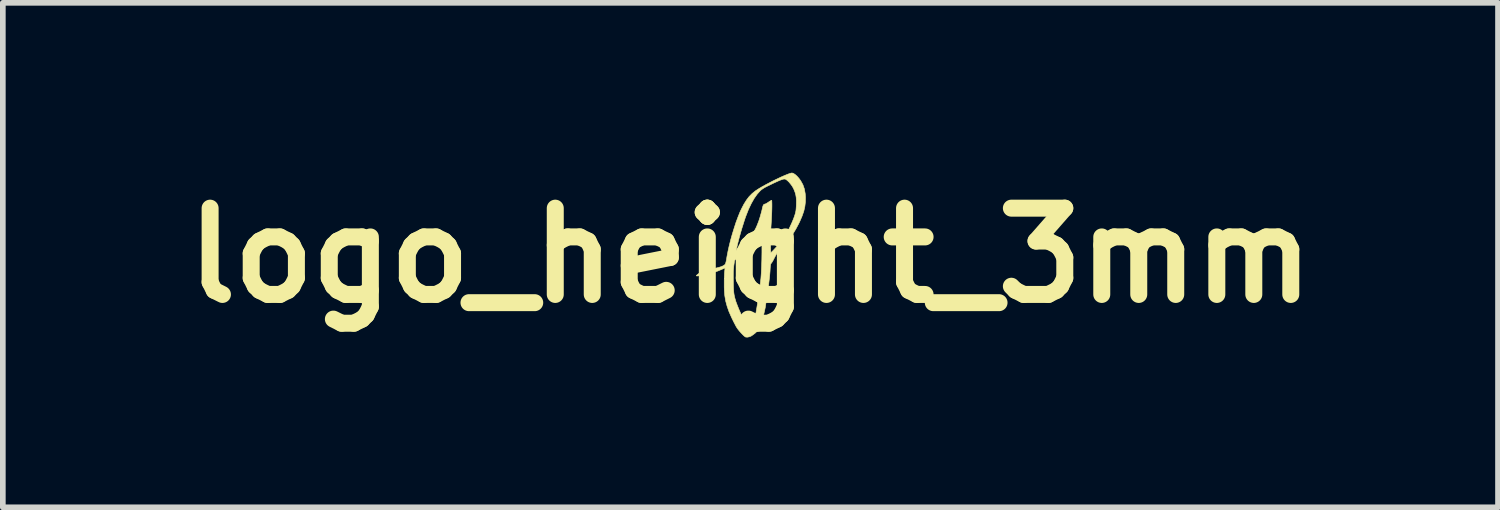
<source format=kicad_pcb>
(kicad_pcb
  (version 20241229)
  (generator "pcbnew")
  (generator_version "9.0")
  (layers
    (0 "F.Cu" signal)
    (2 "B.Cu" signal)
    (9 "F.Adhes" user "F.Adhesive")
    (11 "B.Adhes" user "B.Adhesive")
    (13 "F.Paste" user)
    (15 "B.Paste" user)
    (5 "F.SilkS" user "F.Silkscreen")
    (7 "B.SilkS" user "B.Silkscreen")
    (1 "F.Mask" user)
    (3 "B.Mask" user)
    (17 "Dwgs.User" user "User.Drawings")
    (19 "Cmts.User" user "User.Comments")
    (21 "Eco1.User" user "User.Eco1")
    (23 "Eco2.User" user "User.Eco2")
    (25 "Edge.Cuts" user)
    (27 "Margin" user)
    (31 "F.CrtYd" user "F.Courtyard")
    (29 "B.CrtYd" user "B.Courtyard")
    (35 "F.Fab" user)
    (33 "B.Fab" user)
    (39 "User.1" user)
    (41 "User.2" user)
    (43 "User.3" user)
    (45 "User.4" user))
  (footprint "logo_height_3mm"
    (layer "F.Cu")
    (at 10.204 1.461)
    (property "Reference" "logo_height_3mm" (at 0 0 0) (layer "F.SilkS") (effects (font (size 1.524 1.524) (thickness 0.3))))
    (attr through_hole)
    (fp_poly (pts (xy 0.758 -1.449) (xy 0.788 -1.43) (xy 0.821 -1.401) (xy 0.854 -1.364) (xy 0.885 -1.322) (xy 0.887 -1.319) (xy 0.926 -1.249) (xy 0.952 -1.175) (xy 0.967 -1.093) (xy 0.972 -1.031) (xy 0.971 -0.947) (xy 0.961 -0.864) (xy 0.942 -0.78) (xy 0.911 -0.692) (xy 0.87 -0.597) (xy 0.851 -0.558) (xy 0.804 -0.47) (xy 0.756 -0.389) (xy 0.702 -0.313) (xy 0.64 -0.237) (xy 0.567 -0.157) (xy 0.559 -0.148) (xy 0.519 -0.104) (xy 0.486 -0.063) (xy 0.458 -0.02) (xy 0.429 0.031) (xy 0.415 0.059) (xy 0.398 0.092) (xy 0.382 0.119) (xy 0.37 0.136) (xy 0.366 0.141) (xy 0.36 0.148) (xy 0.356 0.163) (xy 0.352 0.188) (xy 0.349 0.225) (xy 0.346 0.276) (xy 0.346 0.279) (xy 0.342 0.329) (xy 0.336 0.39) (xy 0.328 0.457) (xy 0.32 0.526) (xy 0.31 0.591) (xy 0.31 0.596) (xy 0.301 0.656) (xy 0.292 0.715) (xy 0.284 0.77) (xy 0.277 0.817) (xy 0.272 0.852) (xy 0.271 0.858) (xy 0.262 0.918) (xy 0.248 0.984) (xy 0.232 1.053) (xy 0.213 1.12) (xy 0.194 1.182) (xy 0.175 1.235) (xy 0.161 1.268) (xy 0.139 1.308) (xy 0.118 1.338) (xy 0.093 1.364) (xy 0.079 1.376) (xy 0.052 1.397) (xy 0.026 1.415) (xy 0.009 1.426) (xy -0.022 1.438) (xy -0.056 1.444) (xy -0.083 1.442) (xy -0.089 1.44) (xy -0.105 1.429) (xy -0.128 1.408) (xy -0.156 1.379) (xy -0.185 1.347) (xy -0.212 1.315) (xy -0.235 1.284) (xy -0.242 1.273) (xy -0.256 1.25) (xy -0.274 1.215) (xy -0.296 1.173) (xy -0.319 1.126) (xy -0.334 1.095) (xy -0.379 0.993) (xy -0.412 0.899) (xy -0.437 0.807) (xy -0.453 0.713) (xy -0.458 0.66) (xy -0.461 0.615) (xy -0.463 0.56) (xy -0.463 0.5) (xy -0.463 0.437) (xy -0.461 0.377) (xy -0.459 0.337) (xy -0.303 0.337) (xy -0.303 0.408) (xy -0.302 0.47) (xy -0.301 0.534) (xy -0.299 0.584) (xy -0.297 0.624) (xy -0.294 0.656) (xy -0.29 0.685) (xy -0.285 0.712) (xy -0.278 0.743) (xy -0.272 0.765) (xy -0.257 0.816) (xy -0.234 0.877) (xy -0.207 0.945) (xy -0.177 1.013) (xy -0.145 1.079) (xy -0.114 1.138) (xy -0.088 1.183) (xy -0.067 1.214) (xy -0.043 1.244) (xy -0.021 1.27) (xy -0.001 1.289) (xy 0.013 1.299) (xy 0.018 1.299) (xy 0.023 1.289) (xy 0.032 1.267) (xy 0.042 1.237) (xy 0.046 1.225) (xy 0.068 1.145) (xy 0.087 1.064) (xy 0.104 0.977) (xy 0.12 0.879) (xy 0.123 0.864) (xy 0.132 0.802) (xy 0.142 0.732) (xy 0.153 0.661) (xy 0.162 0.595) (xy 0.164 0.58) (xy 0.175 0.494) (xy 0.185 0.403) (xy 0.192 0.304) (xy 0.197 0.197) (xy 0.201 0.078) (xy 0.203 -0.054) (xy 0.203 -0.169) (xy 0.203 -0.453) (xy 0.172 -0.406) (xy 0.155 -0.384) (xy 0.128 -0.352) (xy 0.093 -0.313) (xy 0.052 -0.269) (xy 0.009 -0.224) (xy -0.036 -0.178) (xy -0.08 -0.134) (xy -0.109 -0.107) (xy -0.133 -0.082) (xy -0.164 -0.049) (xy -0.196 -0.012) (xy -0.218 0.015) (xy -0.281 0.093) (xy -0.294 0.184) (xy -0.298 0.228) (xy -0.302 0.278) (xy -0.303 0.337) (xy -0.459 0.337) (xy -0.459 0.322) (xy -0.455 0.278) (xy -0.452 0.252) (xy -0.447 0.221) (xy -0.534 0.258) (xy -0.58 0.277) (xy -0.631 0.295) (xy -0.678 0.311) (xy -0.699 0.317) (xy -0.736 0.327) (xy -0.78 0.337) (xy -0.826 0.346) (xy -0.87 0.354) (xy -0.909 0.36) (xy -0.939 0.363) (xy -0.955 0.362) (xy -0.956 0.357) (xy -0.945 0.345) (xy -0.925 0.329) (xy -0.9 0.311) (xy -0.873 0.292) (xy -0.847 0.276) (xy -0.824 0.264) (xy -0.809 0.259) (xy -0.716 0.245) (xy -0.636 0.23) (xy -0.568 0.214) (xy -0.514 0.198) (xy -0.475 0.18) (xy -0.453 0.164) (xy -0.444 0.152) (xy -0.437 0.134) (xy -0.43 0.107) (xy -0.422 0.069) (xy -0.416 0.027) (xy -0.4 -0.055) (xy -0.255 -0.055) (xy -0.135 -0.176) (xy -0.075 -0.239) (xy -0.026 -0.295) (xy 0.015 -0.348) (xy 0.051 -0.401) (xy 0.083 -0.458) (xy 0.106 -0.504) (xy 0.125 -0.55) (xy 0.147 -0.607) (xy 0.168 -0.672) (xy 0.187 -0.739) (xy 0.204 -0.803) (xy 0.211 -0.838) (xy 0.221 -0.874) (xy 0.231 -0.895) (xy 0.245 -0.905) (xy 0.254 -0.906) (xy 0.268 -0.911) (xy 0.29 -0.923) (xy 0.316 -0.94) (xy 0.342 -0.957) (xy 0.363 -0.969) (xy 0.374 -0.974) (xy 0.374 -0.974) (xy 0.377 -0.966) (xy 0.378 -0.943) (xy 0.379 -0.908) (xy 0.379 -0.862) (xy 0.378 -0.809) (xy 0.376 -0.749) (xy 0.373 -0.686) (xy 0.37 -0.622) (xy 0.366 -0.559) (xy 0.364 -0.529) (xy 0.362 -0.494) (xy 0.36 -0.45) (xy 0.358 -0.399) (xy 0.357 -0.344) (xy 0.356 -0.287) (xy 0.356 -0.231) (xy 0.356 -0.178) (xy 0.356 -0.132) (xy 0.357 -0.093) (xy 0.358 -0.066) (xy 0.36 -0.052) (xy 0.361 -0.051) (xy 0.369 -0.056) (xy 0.385 -0.071) (xy 0.401 -0.087) (xy 0.453 -0.143) (xy 0.507 -0.205) (xy 0.556 -0.267) (xy 0.584 -0.305) (xy 0.619 -0.358) (xy 0.657 -0.424) (xy 0.694 -0.495) (xy 0.728 -0.568) (xy 0.757 -0.637) (xy 0.776 -0.688) (xy 0.789 -0.729) (xy 0.798 -0.763) (xy 0.804 -0.795) (xy 0.807 -0.829) (xy 0.81 -0.873) (xy 0.811 -0.901) (xy 0.812 -0.968) (xy 0.808 -1.024) (xy 0.8 -1.073) (xy 0.786 -1.12) (xy 0.766 -1.17) (xy 0.759 -1.185) (xy 0.738 -1.222) (xy 0.71 -1.26) (xy 0.68 -1.296) (xy 0.65 -1.325) (xy 0.624 -1.343) (xy 0.619 -1.346) (xy 0.607 -1.349) (xy 0.592 -1.349) (xy 0.572 -1.345) (xy 0.545 -1.336) (xy 0.511 -1.323) (xy 0.466 -1.303) (xy 0.41 -1.277) (xy 0.35 -1.248) (xy 0.295 -1.221) (xy 0.252 -1.199) (xy 0.219 -1.178) (xy 0.192 -1.159) (xy 0.173 -1.142) (xy 0.119 -1.082) (xy 0.066 -1.007) (xy 0.015 -0.917) (xy -0.034 -0.814) (xy -0.079 -0.699) (xy -0.084 -0.687) (xy -0.106 -0.622) (xy -0.129 -0.549) (xy -0.153 -0.473) (xy -0.176 -0.394) (xy -0.197 -0.318) (xy -0.216 -0.246) (xy -0.232 -0.182) (xy -0.243 -0.128) (xy -0.249 -0.093) (xy -0.255 -0.055) (xy -0.4 -0.055) (xy -0.399 -0.063) (xy -0.377 -0.163) (xy -0.351 -0.268) (xy -0.321 -0.375) (xy -0.288 -0.482) (xy -0.255 -0.584) (xy -0.22 -0.678) (xy -0.187 -0.761) (xy -0.161 -0.817) (xy -0.116 -0.904) (xy -0.071 -0.976) (xy -0.024 -1.038) (xy 0.028 -1.091) (xy 0.087 -1.139) (xy 0.156 -1.184) (xy 0.158 -1.185) (xy 0.214 -1.218) (xy 0.276 -1.252) (xy 0.341 -1.286) (xy 0.407 -1.32) (xy 0.473 -1.352) (xy 0.536 -1.382) (xy 0.595 -1.408) (xy 0.646 -1.429) (xy 0.688 -1.445) (xy 0.719 -1.454) (xy 0.734 -1.456) (xy 0.758 -1.449)) (stroke (width 0.01) (type solid)) (fill yes) (layer "F.SilkS")))
  (gr_rect
    (start -3 -3)
    (end 23.407 5.91)
    (stroke (width 0.1) (type default))
    (fill no)
    (layer "Edge.Cuts")))
</source>
